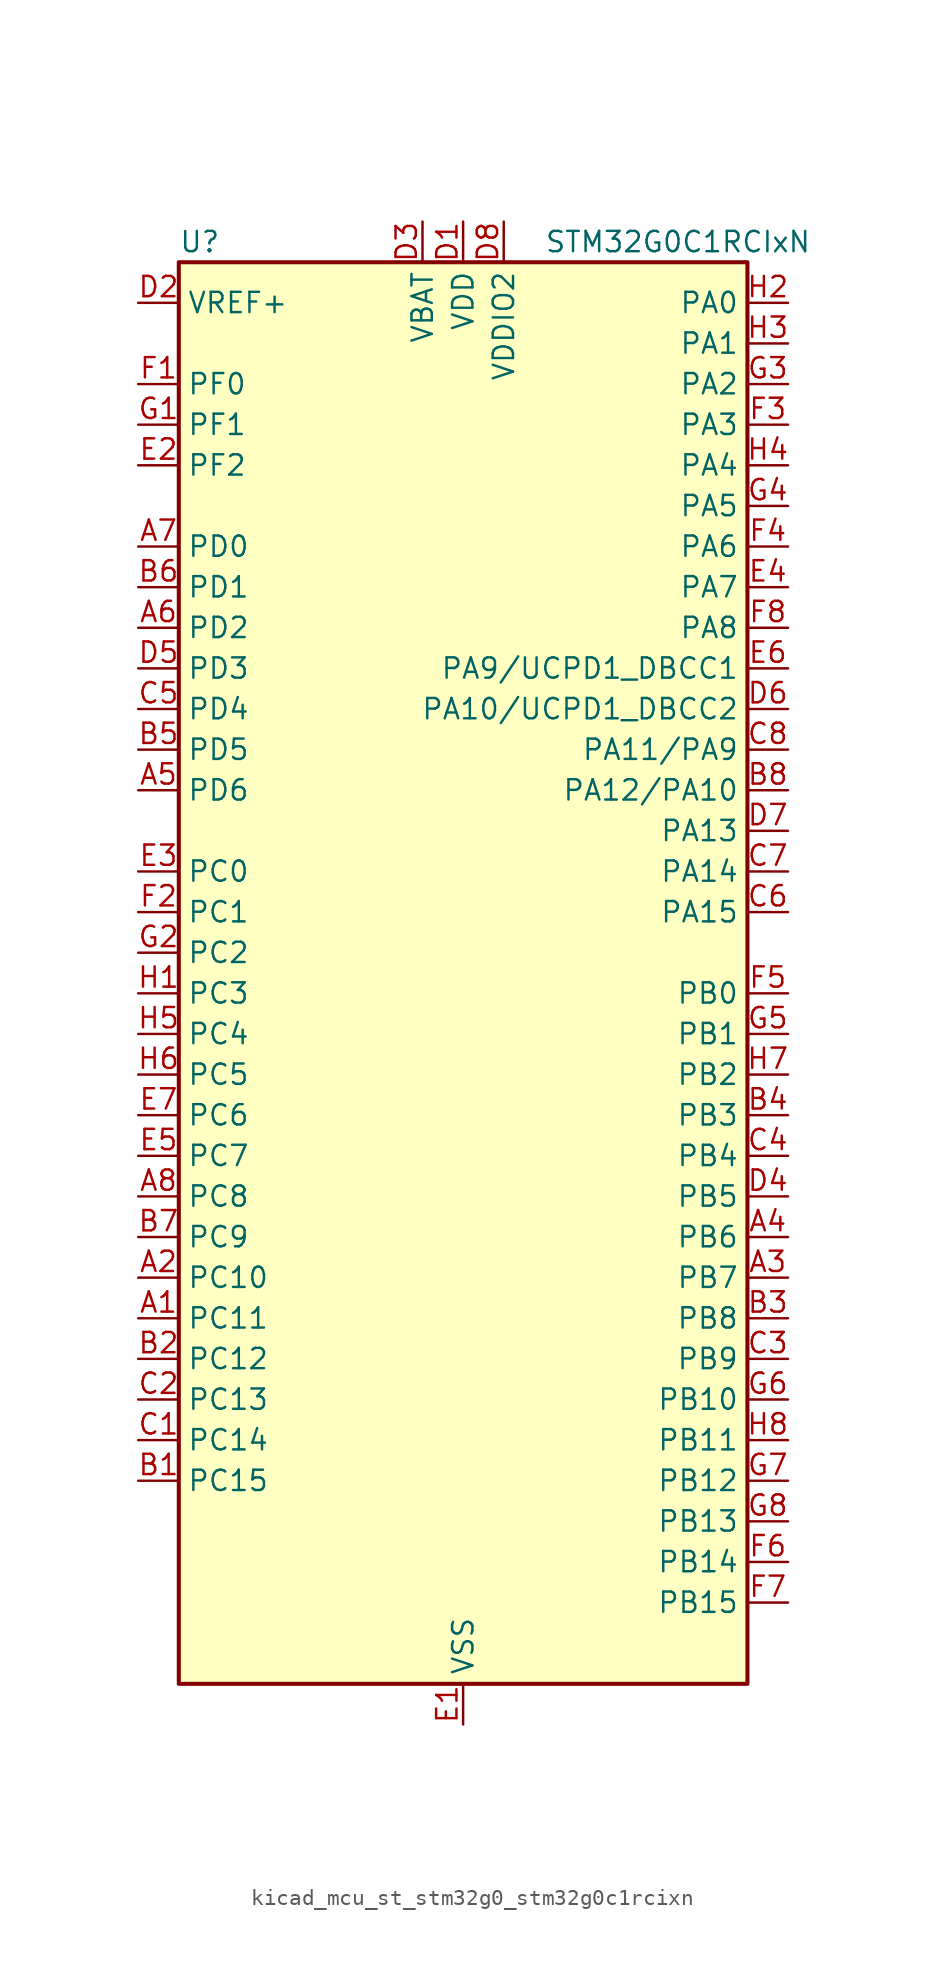
<source format=kicad_sym>
(kicad_symbol_lib
  (version 20220914)
  (generator kicad_symbol_editor)
  (symbol "kicad_mcu_st_stm32g0_stm32g0c1rcixn"
    (property "Reference" "U"
      (at -17.78 46.99 0)
      (effects (font (size 1.27 1.27)) (justify left)))
    (property "Value" "STM32G0C1RCIxN"
      (at 5.08 46.99 0)
      (effects (font (size 1.27 1.27)) (justify left)))
    (property "ki_locked" ""
      (at 0 0 0)
      (effects (font (size 1.27 1.27))))
    (symbol "kicad_mcu_st_stm32g0_stm32g0c1rcixn_0_1"
      (rectangle (start -17.78 -43.18) (end 17.78 45.72) (stroke (width 0.254) (type default)) (fill (type background))))
    (symbol "kicad_mcu_st_stm32g0_stm32g0c1rcixn_1_1"
      (pin bidirectional line (at -20.32 -20.32 0) (length 2.54) (name "PC11" (effects (font (size 1.27 1.27)))) (number "A1" (effects (font (size 1.27 1.27)))) (alternate "ADC1_EXTI11" bidirectional line) (alternate "SPI3_MISO" bidirectional line) (alternate "TIM1_CH4" bidirectional line) (alternate "USART3_RX" bidirectional line) (alternate "USART4_RX" bidirectional line))
      (pin bidirectional line (at -20.32 -17.78 0) (length 2.54) (name "PC10" (effects (font (size 1.27 1.27)))) (number "A2" (effects (font (size 1.27 1.27)))) (alternate "SPI3_SCK" bidirectional line) (alternate "TIM1_CH3" bidirectional line) (alternate "USART3_TX" bidirectional line) (alternate "USART4_TX" bidirectional line))
      (pin bidirectional line (at 20.32 -17.78 180) (length 2.54) (name "PB7" (effects (font (size 1.27 1.27)))) (number "A3" (effects (font (size 1.27 1.27)))) (alternate "COMP2_INM" bidirectional line) (alternate "I2C1_SDA" bidirectional line) (alternate "I2S2_SD" bidirectional line) (alternate "LPTIM1_IN2" bidirectional line) (alternate "LPUART2_RX" bidirectional line) (alternate "SPI2_MOSI" bidirectional line) (alternate "SYS_PVD_IN" bidirectional line) (alternate "TIM17_CH1N" bidirectional line) (alternate "TIM4_CH2" bidirectional line) (alternate "USART1_RX" bidirectional line) (alternate "USART4_CTS" bidirectional line) (alternate "USART4_NSS" bidirectional line))
      (pin bidirectional line (at 20.32 -15.24 180) (length 2.54) (name "PB6" (effects (font (size 1.27 1.27)))) (number "A4" (effects (font (size 1.27 1.27)))) (alternate "COMP2_INP" bidirectional line) (alternate "FDCAN2_TX" bidirectional line) (alternate "I2C1_SCL" bidirectional line) (alternate "I2S2_MCK" bidirectional line) (alternate "LPTIM1_ETR" bidirectional line) (alternate "LPUART2_TX" bidirectional line) (alternate "SPI2_MISO" bidirectional line) (alternate "TIM16_CH1N" bidirectional line) (alternate "TIM1_CH3" bidirectional line) (alternate "TIM4_CH1" bidirectional line) (alternate "USART1_TX" bidirectional line) (alternate "USART5_CTS" bidirectional line) (alternate "USART5_NSS" bidirectional line))
      (pin bidirectional line (at -20.32 12.7 0) (length 2.54) (name "PD6" (effects (font (size 1.27 1.27)))) (number "A5" (effects (font (size 1.27 1.27)))) (alternate "I2S1_SD" bidirectional line) (alternate "LPTIM2_OUT" bidirectional line) (alternate "SPI1_MOSI" bidirectional line) (alternate "USART2_RX" bidirectional line))
      (pin bidirectional line (at -20.32 22.86 0) (length 2.54) (name "PD2" (effects (font (size 1.27 1.27)))) (number "A6" (effects (font (size 1.27 1.27)))) (alternate "TIM1_CH1N" bidirectional line) (alternate "TIM3_ETR" bidirectional line) (alternate "UCPD2_CC2" bidirectional line) (alternate "USART3_CK" bidirectional line) (alternate "USART3_DE" bidirectional line) (alternate "USART3_RTS" bidirectional line) (alternate "USART5_RX" bidirectional line))
      (pin bidirectional line (at -20.32 27.94 0) (length 2.54) (name "PD0" (effects (font (size 1.27 1.27)))) (number "A7" (effects (font (size 1.27 1.27)))) (alternate "FDCAN1_RX" bidirectional line) (alternate "I2S2_WS" bidirectional line) (alternate "SPI2_NSS" bidirectional line) (alternate "TIM16_CH1" bidirectional line) (alternate "UCPD2_CC1" bidirectional line))
      (pin bidirectional line (at -20.32 -12.7 0) (length 2.54) (name "PC8" (effects (font (size 1.27 1.27)))) (number "A8" (effects (font (size 1.27 1.27)))) (alternate "LPUART2_CTS" bidirectional line) (alternate "TIM1_CH1" bidirectional line) (alternate "TIM3_CH3" bidirectional line) (alternate "UCPD2_FRSTX1" bidirectional line) (alternate "UCPD2_FRSTX2" bidirectional line))
      (pin bidirectional line (at -20.32 -30.48 0) (length 2.54) (name "PC15" (effects (font (size 1.27 1.27)))) (number "B1" (effects (font (size 1.27 1.27)))) (alternate "RCC_OSC32_EN" bidirectional line) (alternate "RCC_OSC32_OUT" bidirectional line) (alternate "RCC_OSC_EN" bidirectional line) (alternate "TIM15_BK" bidirectional line))
      (pin bidirectional line (at -20.32 -22.86 0) (length 2.54) (name "PC12" (effects (font (size 1.27 1.27)))) (number "B2" (effects (font (size 1.27 1.27)))) (alternate "LPTIM1_IN1" bidirectional line) (alternate "SPI3_MOSI" bidirectional line) (alternate "TIM14_CH1" bidirectional line) (alternate "UCPD1_FRSTX1" bidirectional line) (alternate "UCPD1_FRSTX2" bidirectional line) (alternate "USART5_TX" bidirectional line))
      (pin bidirectional line (at 20.32 -20.32 180) (length 2.54) (name "PB8" (effects (font (size 1.27 1.27)))) (number "B3" (effects (font (size 1.27 1.27)))) (alternate "CEC" bidirectional line) (alternate "FDCAN1_RX" bidirectional line) (alternate "I2C1_SCL" bidirectional line) (alternate "I2S2_CK" bidirectional line) (alternate "SPI2_SCK" bidirectional line) (alternate "TIM15_BK" bidirectional line) (alternate "TIM16_CH1" bidirectional line) (alternate "TIM4_CH3" bidirectional line) (alternate "USART3_TX" bidirectional line) (alternate "USART6_TX" bidirectional line))
      (pin bidirectional line (at 20.32 -7.62 180) (length 2.54) (name "PB3" (effects (font (size 1.27 1.27)))) (number "B4" (effects (font (size 1.27 1.27)))) (alternate "COMP2_INM" bidirectional line) (alternate "I2C2_SCL" bidirectional line) (alternate "I2C3_SCL" bidirectional line) (alternate "I2S1_CK" bidirectional line) (alternate "SPI1_SCK" bidirectional line) (alternate "SPI3_SCK" bidirectional line) (alternate "TIM1_CH2" bidirectional line) (alternate "TIM2_CH2" bidirectional line) (alternate "USART1_CK" bidirectional line) (alternate "USART1_DE" bidirectional line) (alternate "USART1_RTS" bidirectional line) (alternate "USART5_TX" bidirectional line))
      (pin bidirectional line (at -20.32 15.24 0) (length 2.54) (name "PD5" (effects (font (size 1.27 1.27)))) (number "B5" (effects (font (size 1.27 1.27)))) (alternate "I2S1_MCK" bidirectional line) (alternate "SPI1_MISO" bidirectional line) (alternate "TIM1_BK" bidirectional line) (alternate "USART2_TX" bidirectional line) (alternate "USART5_CTS" bidirectional line) (alternate "USART5_NSS" bidirectional line))
      (pin bidirectional line (at -20.32 25.4 0) (length 2.54) (name "PD1" (effects (font (size 1.27 1.27)))) (number "B6" (effects (font (size 1.27 1.27)))) (alternate "FDCAN1_TX" bidirectional line) (alternate "I2S2_CK" bidirectional line) (alternate "SPI2_SCK" bidirectional line) (alternate "TIM17_CH1" bidirectional line) (alternate "UCPD2_DBCC1" bidirectional line))
      (pin bidirectional line (at -20.32 -15.24 0) (length 2.54) (name "PC9" (effects (font (size 1.27 1.27)))) (number "B7" (effects (font (size 1.27 1.27)))) (alternate "DAC1_EXTI9" bidirectional line) (alternate "I2S_CKIN" bidirectional line) (alternate "LPUART2_DE" bidirectional line) (alternate "LPUART2_RTS" bidirectional line) (alternate "TIM1_CH2" bidirectional line) (alternate "TIM3_CH4" bidirectional line) (alternate "USB_NOE" bidirectional line))
      (pin bidirectional line (at 20.32 12.7 180) (length 2.54) (name "PA12/PA10" (effects (font (size 1.27 1.27)))) (number "B8" (effects (font (size 1.27 1.27)))) (alternate "COMP2_OUT" bidirectional line) (alternate "FDCAN1_TX" bidirectional line) (alternate "I2C2_SDA" bidirectional line) (alternate "I2S1_SD" bidirectional line) (alternate "I2S_CKIN" bidirectional line) (alternate "SPI1_MOSI" bidirectional line) (alternate "TIM1_ETR" bidirectional line) (alternate "USART1_CK" bidirectional line) (alternate "USART1_DE" bidirectional line) (alternate "USART1_RTS" bidirectional line) (alternate "USB_DP" bidirectional line))
      (pin bidirectional line (at -20.32 -27.94 0) (length 2.54) (name "PC14" (effects (font (size 1.27 1.27)))) (number "C1" (effects (font (size 1.27 1.27)))) (alternate "RCC_OSC32_IN" bidirectional line) (alternate "TIM1_BK2" bidirectional line))
      (pin bidirectional line (at -20.32 -25.4 0) (length 2.54) (name "PC13" (effects (font (size 1.27 1.27)))) (number "C2" (effects (font (size 1.27 1.27)))) (alternate "RTC_OUT1" bidirectional line) (alternate "RTC_TAMP_IN1" bidirectional line) (alternate "RTC_TS" bidirectional line) (alternate "SYS_WKUP2" bidirectional line) (alternate "TIM1_BK" bidirectional line))
      (pin bidirectional line (at 20.32 -22.86 180) (length 2.54) (name "PB9" (effects (font (size 1.27 1.27)))) (number "C3" (effects (font (size 1.27 1.27)))) (alternate "DAC1_EXTI9" bidirectional line) (alternate "FDCAN1_TX" bidirectional line) (alternate "I2C1_SDA" bidirectional line) (alternate "I2S2_WS" bidirectional line) (alternate "IR_OUT" bidirectional line) (alternate "SPI2_NSS" bidirectional line) (alternate "TIM17_CH1" bidirectional line) (alternate "TIM4_CH4" bidirectional line) (alternate "UCPD2_FRSTX1" bidirectional line) (alternate "UCPD2_FRSTX2" bidirectional line) (alternate "USART3_RX" bidirectional line) (alternate "USART6_RX" bidirectional line))
      (pin bidirectional line (at 20.32 -10.16 180) (length 2.54) (name "PB4" (effects (font (size 1.27 1.27)))) (number "C4" (effects (font (size 1.27 1.27)))) (alternate "COMP2_INP" bidirectional line) (alternate "I2C2_SDA" bidirectional line) (alternate "I2C3_SDA" bidirectional line) (alternate "I2S1_MCK" bidirectional line) (alternate "SPI1_MISO" bidirectional line) (alternate "SPI3_MISO" bidirectional line) (alternate "TIM17_BK" bidirectional line) (alternate "TIM3_CH1" bidirectional line) (alternate "USART1_CTS" bidirectional line) (alternate "USART1_NSS" bidirectional line) (alternate "USART5_RX" bidirectional line))
      (pin bidirectional line (at -20.32 17.78 0) (length 2.54) (name "PD4" (effects (font (size 1.27 1.27)))) (number "C5" (effects (font (size 1.27 1.27)))) (alternate "I2S2_SD" bidirectional line) (alternate "SPI2_MOSI" bidirectional line) (alternate "TIM1_CH3N" bidirectional line) (alternate "USART2_CK" bidirectional line) (alternate "USART2_DE" bidirectional line) (alternate "USART2_RTS" bidirectional line) (alternate "USART5_CK" bidirectional line) (alternate "USART5_DE" bidirectional line) (alternate "USART5_RTS" bidirectional line))
      (pin bidirectional line (at 20.32 5.08 180) (length 2.54) (name "PA15" (effects (font (size 1.27 1.27)))) (number "C6" (effects (font (size 1.27 1.27)))) (alternate "I2C2_SMBA" bidirectional line) (alternate "I2S1_WS" bidirectional line) (alternate "RCC_MCO_2" bidirectional line) (alternate "SPI1_NSS" bidirectional line) (alternate "SPI3_NSS" bidirectional line) (alternate "TIM2_CH1" bidirectional line) (alternate "TIM2_ETR" bidirectional line) (alternate "USART2_RX" bidirectional line) (alternate "USART3_CK" bidirectional line) (alternate "USART3_DE" bidirectional line) (alternate "USART3_RTS" bidirectional line) (alternate "USART4_CK" bidirectional line) (alternate "USART4_DE" bidirectional line) (alternate "USART4_RTS" bidirectional line) (alternate "USB_NOE" bidirectional line))
      (pin bidirectional line (at 20.32 7.62 180) (length 2.54) (name "PA14" (effects (font (size 1.27 1.27)))) (number "C7" (effects (font (size 1.27 1.27)))) (alternate "LPUART2_TX" bidirectional line) (alternate "SYS_SWCLK" bidirectional line) (alternate "USART2_TX" bidirectional line))
      (pin bidirectional line (at 20.32 15.24 180) (length 2.54) (name "PA11/PA9" (effects (font (size 1.27 1.27)))) (number "C8" (effects (font (size 1.27 1.27)))) (alternate "ADC1_EXTI11" bidirectional line) (alternate "COMP1_OUT" bidirectional line) (alternate "FDCAN1_RX" bidirectional line) (alternate "I2C2_SCL" bidirectional line) (alternate "I2S1_MCK" bidirectional line) (alternate "SPI1_MISO" bidirectional line) (alternate "TIM1_BK2" bidirectional line) (alternate "TIM1_CH4" bidirectional line) (alternate "USART1_CTS" bidirectional line) (alternate "USART1_NSS" bidirectional line) (alternate "USB_DM" bidirectional line))
      (pin power_in line (at 0 48.26 270) (length 2.54) (name "VDD" (effects (font (size 1.27 1.27)))) (number "D1" (effects (font (size 1.27 1.27)))))
      (pin input line (at -20.32 43.18 0) (length 2.54) (name "VREF+" (effects (font (size 1.27 1.27)))) (number "D2" (effects (font (size 1.27 1.27)))) (alternate "VREFBUF_OUT" bidirectional line))
      (pin power_in line (at -2.54 48.26 270) (length 2.54) (name "VBAT" (effects (font (size 1.27 1.27)))) (number "D3" (effects (font (size 1.27 1.27)))))
      (pin bidirectional line (at 20.32 -12.7 180) (length 2.54) (name "PB5" (effects (font (size 1.27 1.27)))) (number "D4" (effects (font (size 1.27 1.27)))) (alternate "COMP2_OUT" bidirectional line) (alternate "FDCAN2_RX" bidirectional line) (alternate "I2C1_SMBA" bidirectional line) (alternate "I2S1_SD" bidirectional line) (alternate "LPTIM1_IN1" bidirectional line) (alternate "SPI1_MOSI" bidirectional line) (alternate "SPI3_MOSI" bidirectional line) (alternate "SYS_WKUP6" bidirectional line) (alternate "TIM16_BK" bidirectional line) (alternate "TIM3_CH2" bidirectional line) (alternate "USART5_CK" bidirectional line) (alternate "USART5_DE" bidirectional line) (alternate "USART5_RTS" bidirectional line))
      (pin bidirectional line (at -20.32 20.32 0) (length 2.54) (name "PD3" (effects (font (size 1.27 1.27)))) (number "D5" (effects (font (size 1.27 1.27)))) (alternate "I2S2_MCK" bidirectional line) (alternate "SPI2_MISO" bidirectional line) (alternate "TIM1_CH2N" bidirectional line) (alternate "UCPD2_DBCC2" bidirectional line) (alternate "USART2_CTS" bidirectional line) (alternate "USART2_NSS" bidirectional line) (alternate "USART5_TX" bidirectional line))
      (pin bidirectional line (at 20.32 17.78 180) (length 2.54) (name "PA10/UCPD1_DBCC2" (effects (font (size 1.27 1.27)))) (number "D6" (effects (font (size 1.27 1.27)))) (alternate "I2C1_SDA" bidirectional line) (alternate "I2C2_SDA" bidirectional line) (alternate "I2S2_SD" bidirectional line) (alternate "RCC_MCO_2" bidirectional line) (alternate "SPI2_MOSI" bidirectional line) (alternate "TIM17_BK" bidirectional line) (alternate "TIM1_CH3" bidirectional line) (alternate "UCPD1_DBCC2" bidirectional line) (alternate "USART1_RX" bidirectional line))
      (pin bidirectional line (at 20.32 10.16 180) (length 2.54) (name "PA13" (effects (font (size 1.27 1.27)))) (number "D7" (effects (font (size 1.27 1.27)))) (alternate "IR_OUT" bidirectional line) (alternate "LPUART2_RX" bidirectional line) (alternate "SYS_SWDIO" bidirectional line) (alternate "USB_NOE" bidirectional line))
      (pin power_in line (at 2.54 48.26 270) (length 2.54) (name "VDDIO2" (effects (font (size 1.27 1.27)))) (number "D8" (effects (font (size 1.27 1.27)))))
      (pin power_in line (at 0 -45.72 90) (length 2.54) (name "VSS" (effects (font (size 1.27 1.27)))) (number "E1" (effects (font (size 1.27 1.27)))))
      (pin bidirectional line (at -20.32 33.02 0) (length 2.54) (name "PF2" (effects (font (size 1.27 1.27)))) (number "E2" (effects (font (size 1.27 1.27)))) (alternate "LPUART2_DE" bidirectional line) (alternate "LPUART2_RTS" bidirectional line) (alternate "LPUART2_TX" bidirectional line) (alternate "RCC_MCO" bidirectional line))
      (pin bidirectional line (at -20.32 7.62 0) (length 2.54) (name "PC0" (effects (font (size 1.27 1.27)))) (number "E3" (effects (font (size 1.27 1.27)))) (alternate "COMP3_INM" bidirectional line) (alternate "COMP3_OUT" bidirectional line) (alternate "I2C3_SCL" bidirectional line) (alternate "LPTIM1_IN1" bidirectional line) (alternate "LPTIM2_IN1" bidirectional line) (alternate "LPUART1_RX" bidirectional line) (alternate "LPUART2_TX" bidirectional line) (alternate "USART6_TX" bidirectional line))
      (pin bidirectional line (at 20.32 25.4 180) (length 2.54) (name "PA7" (effects (font (size 1.27 1.27)))) (number "E4" (effects (font (size 1.27 1.27)))) (alternate "ADC1_IN7" bidirectional line) (alternate "COMP2_OUT" bidirectional line) (alternate "I2C2_SCL" bidirectional line) (alternate "I2C3_SCL" bidirectional line) (alternate "I2S1_SD" bidirectional line) (alternate "SPI1_MOSI" bidirectional line) (alternate "TIM14_CH1" bidirectional line) (alternate "TIM17_CH1" bidirectional line) (alternate "TIM1_CH1N" bidirectional line) (alternate "TIM3_CH2" bidirectional line) (alternate "UCPD1_FRSTX1" bidirectional line) (alternate "UCPD1_FRSTX2" bidirectional line) (alternate "USART6_CK" bidirectional line) (alternate "USART6_DE" bidirectional line) (alternate "USART6_RTS" bidirectional line))
      (pin bidirectional line (at -20.32 -10.16 0) (length 2.54) (name "PC7" (effects (font (size 1.27 1.27)))) (number "E5" (effects (font (size 1.27 1.27)))) (alternate "LPUART2_RX" bidirectional line) (alternate "TIM2_CH4" bidirectional line) (alternate "TIM3_CH2" bidirectional line) (alternate "UCPD2_FRSTX1" bidirectional line) (alternate "UCPD2_FRSTX2" bidirectional line))
      (pin bidirectional line (at 20.32 20.32 180) (length 2.54) (name "PA9/UCPD1_DBCC1" (effects (font (size 1.27 1.27)))) (number "E6" (effects (font (size 1.27 1.27)))) (alternate "DAC1_EXTI9" bidirectional line) (alternate "I2C1_SCL" bidirectional line) (alternate "I2C2_SCL" bidirectional line) (alternate "I2S2_MCK" bidirectional line) (alternate "RCC_MCO" bidirectional line) (alternate "SPI2_MISO" bidirectional line) (alternate "TIM15_BK" bidirectional line) (alternate "TIM1_CH2" bidirectional line) (alternate "UCPD1_DBCC1" bidirectional line) (alternate "USART1_TX" bidirectional line))
      (pin bidirectional line (at -20.32 -7.62 0) (length 2.54) (name "PC6" (effects (font (size 1.27 1.27)))) (number "E7" (effects (font (size 1.27 1.27)))) (alternate "LPUART2_TX" bidirectional line) (alternate "TIM2_CH3" bidirectional line) (alternate "TIM3_CH1" bidirectional line) (alternate "UCPD1_FRSTX1" bidirectional line) (alternate "UCPD1_FRSTX2" bidirectional line))
      (pin passive line (at 0 -45.72 90) (length 2.54) hide (name "VSS" (effects (font (size 1.27 1.27)))) (number "E8" (effects (font (size 1.27 1.27)))))
      (pin bidirectional line (at -20.32 38.1 0) (length 2.54) (name "PF0" (effects (font (size 1.27 1.27)))) (number "F1" (effects (font (size 1.27 1.27)))) (alternate "CRS1_SYNC" bidirectional line) (alternate "RCC_OSC_IN" bidirectional line) (alternate "TIM14_CH1" bidirectional line))
      (pin bidirectional line (at -20.32 5.08 0) (length 2.54) (name "PC1" (effects (font (size 1.27 1.27)))) (number "F2" (effects (font (size 1.27 1.27)))) (alternate "COMP3_INP" bidirectional line) (alternate "I2C3_SDA" bidirectional line) (alternate "LPTIM1_OUT" bidirectional line) (alternate "LPUART1_TX" bidirectional line) (alternate "LPUART2_RX" bidirectional line) (alternate "TIM15_CH1" bidirectional line) (alternate "USART6_RX" bidirectional line))
      (pin bidirectional line (at 20.32 35.56 180) (length 2.54) (name "PA3" (effects (font (size 1.27 1.27)))) (number "F3" (effects (font (size 1.27 1.27)))) (alternate "ADC1_IN3" bidirectional line) (alternate "COMP2_INP" bidirectional line) (alternate "I2S2_MCK" bidirectional line) (alternate "LPUART1_RX" bidirectional line) (alternate "SPI2_MISO" bidirectional line) (alternate "TIM15_CH2" bidirectional line) (alternate "TIM2_CH4" bidirectional line) (alternate "UCPD2_FRSTX1" bidirectional line) (alternate "UCPD2_FRSTX2" bidirectional line) (alternate "USART2_RX" bidirectional line))
      (pin bidirectional line (at 20.32 27.94 180) (length 2.54) (name "PA6" (effects (font (size 1.27 1.27)))) (number "F4" (effects (font (size 1.27 1.27)))) (alternate "ADC1_IN6" bidirectional line) (alternate "COMP1_OUT" bidirectional line) (alternate "I2C2_SDA" bidirectional line) (alternate "I2C3_SDA" bidirectional line) (alternate "I2S1_MCK" bidirectional line) (alternate "LPUART1_CTS" bidirectional line) (alternate "SPI1_MISO" bidirectional line) (alternate "TIM16_CH1" bidirectional line) (alternate "TIM1_BK" bidirectional line) (alternate "TIM3_CH1" bidirectional line) (alternate "USART3_CTS" bidirectional line) (alternate "USART3_NSS" bidirectional line) (alternate "USART6_CTS" bidirectional line) (alternate "USART6_NSS" bidirectional line))
      (pin bidirectional line (at 20.32 0 180) (length 2.54) (name "PB0" (effects (font (size 1.27 1.27)))) (number "F5" (effects (font (size 1.27 1.27)))) (alternate "ADC1_IN8" bidirectional line) (alternate "COMP1_OUT" bidirectional line) (alternate "COMP3_INP" bidirectional line) (alternate "FDCAN2_RX" bidirectional line) (alternate "I2S1_WS" bidirectional line) (alternate "LPTIM1_OUT" bidirectional line) (alternate "LPUART2_CTS" bidirectional line) (alternate "SPI1_NSS" bidirectional line) (alternate "TIM1_CH2N" bidirectional line) (alternate "TIM3_CH3" bidirectional line) (alternate "UCPD1_FRSTX1" bidirectional line) (alternate "UCPD1_FRSTX2" bidirectional line) (alternate "USART3_RX" bidirectional line) (alternate "USART5_TX" bidirectional line))
      (pin bidirectional line (at 20.32 -35.56 180) (length 2.54) (name "PB14" (effects (font (size 1.27 1.27)))) (number "F6" (effects (font (size 1.27 1.27)))) (alternate "I2C2_SDA" bidirectional line) (alternate "I2S2_MCK" bidirectional line) (alternate "SPI2_MISO" bidirectional line) (alternate "TIM15_CH1" bidirectional line) (alternate "TIM1_CH2N" bidirectional line) (alternate "UCPD1_FRSTX1" bidirectional line) (alternate "UCPD1_FRSTX2" bidirectional line) (alternate "USART3_CK" bidirectional line) (alternate "USART3_DE" bidirectional line) (alternate "USART3_RTS" bidirectional line) (alternate "USART6_CK" bidirectional line) (alternate "USART6_DE" bidirectional line) (alternate "USART6_RTS" bidirectional line))
      (pin bidirectional line (at 20.32 -38.1 180) (length 2.54) (name "PB15" (effects (font (size 1.27 1.27)))) (number "F7" (effects (font (size 1.27 1.27)))) (alternate "I2S2_SD" bidirectional line) (alternate "RTC_REFIN" bidirectional line) (alternate "SPI2_MOSI" bidirectional line) (alternate "TIM15_CH1N" bidirectional line) (alternate "TIM15_CH2" bidirectional line) (alternate "TIM1_CH3N" bidirectional line) (alternate "UCPD1_CC2" bidirectional line) (alternate "USART6_CTS" bidirectional line) (alternate "USART6_NSS" bidirectional line))
      (pin bidirectional line (at 20.32 22.86 180) (length 2.54) (name "PA8" (effects (font (size 1.27 1.27)))) (number "F8" (effects (font (size 1.27 1.27)))) (alternate "CRS1_SYNC" bidirectional line) (alternate "I2C2_SMBA" bidirectional line) (alternate "I2S2_WS" bidirectional line) (alternate "LPTIM2_OUT" bidirectional line) (alternate "RCC_MCO" bidirectional line) (alternate "SPI2_NSS" bidirectional line) (alternate "TIM1_CH1" bidirectional line) (alternate "UCPD1_CC1" bidirectional line))
      (pin bidirectional line (at -20.32 35.56 0) (length 2.54) (name "PF1" (effects (font (size 1.27 1.27)))) (number "G1" (effects (font (size 1.27 1.27)))) (alternate "RCC_OSC_EN" bidirectional line) (alternate "RCC_OSC_OUT" bidirectional line) (alternate "TIM15_CH1N" bidirectional line))
      (pin bidirectional line (at -20.32 2.54 0) (length 2.54) (name "PC2" (effects (font (size 1.27 1.27)))) (number "G2" (effects (font (size 1.27 1.27)))) (alternate "COMP3_OUT" bidirectional line) (alternate "FDCAN2_RX" bidirectional line) (alternate "I2S2_MCK" bidirectional line) (alternate "LPTIM1_IN2" bidirectional line) (alternate "SPI2_MISO" bidirectional line) (alternate "TIM15_CH2" bidirectional line))
      (pin bidirectional line (at 20.32 38.1 180) (length 2.54) (name "PA2" (effects (font (size 1.27 1.27)))) (number "G3" (effects (font (size 1.27 1.27)))) (alternate "ADC1_IN2" bidirectional line) (alternate "COMP2_INM" bidirectional line) (alternate "COMP2_OUT" bidirectional line) (alternate "I2S1_SD" bidirectional line) (alternate "LPUART1_TX" bidirectional line) (alternate "RCC_LSCO" bidirectional line) (alternate "SPI1_MOSI" bidirectional line) (alternate "SYS_WKUP4" bidirectional line) (alternate "TIM15_CH1" bidirectional line) (alternate "TIM2_CH3" bidirectional line) (alternate "UCPD1_FRSTX1" bidirectional line) (alternate "UCPD1_FRSTX2" bidirectional line) (alternate "USART2_TX" bidirectional line))
      (pin bidirectional line (at 20.32 30.48 180) (length 2.54) (name "PA5" (effects (font (size 1.27 1.27)))) (number "G4" (effects (font (size 1.27 1.27)))) (alternate "ADC1_IN5" bidirectional line) (alternate "CEC" bidirectional line) (alternate "DAC1_OUT2" bidirectional line) (alternate "I2S1_CK" bidirectional line) (alternate "LPTIM2_ETR" bidirectional line) (alternate "SPI1_SCK" bidirectional line) (alternate "TIM2_CH1" bidirectional line) (alternate "TIM2_ETR" bidirectional line) (alternate "UCPD1_FRSTX1" bidirectional line) (alternate "UCPD1_FRSTX2" bidirectional line) (alternate "USART3_TX" bidirectional line) (alternate "USART6_RX" bidirectional line))
      (pin bidirectional line (at 20.32 -2.54 180) (length 2.54) (name "PB1" (effects (font (size 1.27 1.27)))) (number "G5" (effects (font (size 1.27 1.27)))) (alternate "ADC1_IN9" bidirectional line) (alternate "COMP1_INM" bidirectional line) (alternate "COMP3_OUT" bidirectional line) (alternate "FDCAN2_TX" bidirectional line) (alternate "LPTIM2_IN1" bidirectional line) (alternate "LPUART1_DE" bidirectional line) (alternate "LPUART1_RTS" bidirectional line) (alternate "LPUART2_DE" bidirectional line) (alternate "LPUART2_RTS" bidirectional line) (alternate "TIM14_CH1" bidirectional line) (alternate "TIM1_CH3N" bidirectional line) (alternate "TIM3_CH4" bidirectional line) (alternate "USART3_CK" bidirectional line) (alternate "USART3_DE" bidirectional line) (alternate "USART3_RTS" bidirectional line) (alternate "USART5_RX" bidirectional line))
      (pin bidirectional line (at 20.32 -25.4 180) (length 2.54) (name "PB10" (effects (font (size 1.27 1.27)))) (number "G6" (effects (font (size 1.27 1.27)))) (alternate "ADC1_IN11" bidirectional line) (alternate "CEC" bidirectional line) (alternate "COMP1_OUT" bidirectional line) (alternate "I2C2_SCL" bidirectional line) (alternate "I2S2_CK" bidirectional line) (alternate "LPUART1_RX" bidirectional line) (alternate "SPI2_SCK" bidirectional line) (alternate "TIM2_CH3" bidirectional line) (alternate "USART3_TX" bidirectional line))
      (pin bidirectional line (at 20.32 -30.48 180) (length 2.54) (name "PB12" (effects (font (size 1.27 1.27)))) (number "G7" (effects (font (size 1.27 1.27)))) (alternate "ADC1_IN16" bidirectional line) (alternate "FDCAN2_RX" bidirectional line) (alternate "I2C2_SMBA" bidirectional line) (alternate "I2S2_WS" bidirectional line) (alternate "LPUART1_DE" bidirectional line) (alternate "LPUART1_RTS" bidirectional line) (alternate "SPI2_NSS" bidirectional line) (alternate "TIM15_BK" bidirectional line) (alternate "TIM1_BK" bidirectional line) (alternate "UCPD2_FRSTX1" bidirectional line) (alternate "UCPD2_FRSTX2" bidirectional line))
      (pin bidirectional line (at 20.32 -33.02 180) (length 2.54) (name "PB13" (effects (font (size 1.27 1.27)))) (number "G8" (effects (font (size 1.27 1.27)))) (alternate "FDCAN2_TX" bidirectional line) (alternate "I2C2_SCL" bidirectional line) (alternate "I2S2_CK" bidirectional line) (alternate "LPUART1_CTS" bidirectional line) (alternate "SPI2_SCK" bidirectional line) (alternate "TIM15_CH1N" bidirectional line) (alternate "TIM1_CH1N" bidirectional line) (alternate "USART3_CTS" bidirectional line) (alternate "USART3_NSS" bidirectional line))
      (pin bidirectional line (at -20.32 0 0) (length 2.54) (name "PC3" (effects (font (size 1.27 1.27)))) (number "H1" (effects (font (size 1.27 1.27)))) (alternate "FDCAN2_TX" bidirectional line) (alternate "I2S2_SD" bidirectional line) (alternate "LPTIM1_ETR" bidirectional line) (alternate "LPTIM2_ETR" bidirectional line) (alternate "SPI2_MOSI" bidirectional line))
      (pin bidirectional line (at 20.32 43.18 180) (length 2.54) (name "PA0" (effects (font (size 1.27 1.27)))) (number "H2" (effects (font (size 1.27 1.27)))) (alternate "ADC1_IN0" bidirectional line) (alternate "COMP1_INM" bidirectional line) (alternate "COMP1_OUT" bidirectional line) (alternate "I2S2_CK" bidirectional line) (alternate "LPTIM1_OUT" bidirectional line) (alternate "RTC_TAMP_IN2" bidirectional line) (alternate "SPI2_SCK" bidirectional line) (alternate "SYS_WKUP1" bidirectional line) (alternate "TIM2_CH1" bidirectional line) (alternate "TIM2_ETR" bidirectional line) (alternate "UCPD2_FRSTX1" bidirectional line) (alternate "UCPD2_FRSTX2" bidirectional line) (alternate "USART2_CTS" bidirectional line) (alternate "USART2_NSS" bidirectional line) (alternate "USART4_TX" bidirectional line))
      (pin bidirectional line (at 20.32 40.64 180) (length 2.54) (name "PA1" (effects (font (size 1.27 1.27)))) (number "H3" (effects (font (size 1.27 1.27)))) (alternate "ADC1_IN1" bidirectional line) (alternate "COMP1_INP" bidirectional line) (alternate "I2C1_SMBA" bidirectional line) (alternate "I2S1_CK" bidirectional line) (alternate "SPI1_SCK" bidirectional line) (alternate "TIM15_CH1N" bidirectional line) (alternate "TIM2_CH2" bidirectional line) (alternate "USART2_CK" bidirectional line) (alternate "USART2_DE" bidirectional line) (alternate "USART2_RTS" bidirectional line) (alternate "USART4_RX" bidirectional line))
      (pin bidirectional line (at 20.32 33.02 180) (length 2.54) (name "PA4" (effects (font (size 1.27 1.27)))) (number "H4" (effects (font (size 1.27 1.27)))) (alternate "ADC1_IN4" bidirectional line) (alternate "DAC1_OUT1" bidirectional line) (alternate "I2S1_WS" bidirectional line) (alternate "I2S2_SD" bidirectional line) (alternate "LPTIM2_OUT" bidirectional line) (alternate "RTC_OUT2" bidirectional line) (alternate "SPI1_NSS" bidirectional line) (alternate "SPI2_MOSI" bidirectional line) (alternate "SPI3_NSS" bidirectional line) (alternate "TIM14_CH1" bidirectional line) (alternate "UCPD2_FRSTX1" bidirectional line) (alternate "UCPD2_FRSTX2" bidirectional line) (alternate "USART6_TX" bidirectional line) (alternate "USB_NOE" bidirectional line))
      (pin bidirectional line (at -20.32 -2.54 0) (length 2.54) (name "PC4" (effects (font (size 1.27 1.27)))) (number "H5" (effects (font (size 1.27 1.27)))) (alternate "ADC1_IN17" bidirectional line) (alternate "COMP1_INM" bidirectional line) (alternate "FDCAN1_RX" bidirectional line) (alternate "TIM2_CH1" bidirectional line) (alternate "TIM2_ETR" bidirectional line) (alternate "USART1_TX" bidirectional line) (alternate "USART3_TX" bidirectional line))
      (pin bidirectional line (at -20.32 -5.08 0) (length 2.54) (name "PC5" (effects (font (size 1.27 1.27)))) (number "H6" (effects (font (size 1.27 1.27)))) (alternate "ADC1_IN18" bidirectional line) (alternate "COMP1_INP" bidirectional line) (alternate "FDCAN1_TX" bidirectional line) (alternate "SYS_WKUP5" bidirectional line) (alternate "TIM2_CH2" bidirectional line) (alternate "USART1_RX" bidirectional line) (alternate "USART3_RX" bidirectional line))
      (pin bidirectional line (at 20.32 -5.08 180) (length 2.54) (name "PB2" (effects (font (size 1.27 1.27)))) (number "H7" (effects (font (size 1.27 1.27)))) (alternate "ADC1_IN10" bidirectional line) (alternate "COMP1_INP" bidirectional line) (alternate "COMP3_INM" bidirectional line) (alternate "I2S2_MCK" bidirectional line) (alternate "LPTIM1_OUT" bidirectional line) (alternate "RCC_MCO_2" bidirectional line) (alternate "SPI2_MISO" bidirectional line) (alternate "USART3_TX" bidirectional line))
      (pin bidirectional line (at 20.32 -27.94 180) (length 2.54) (name "PB11" (effects (font (size 1.27 1.27)))) (number "H8" (effects (font (size 1.27 1.27)))) (alternate "ADC1_EXTI11" bidirectional line) (alternate "ADC1_IN15" bidirectional line) (alternate "COMP2_OUT" bidirectional line) (alternate "I2C2_SDA" bidirectional line) (alternate "I2S2_SD" bidirectional line) (alternate "LPUART1_TX" bidirectional line) (alternate "SPI2_MOSI" bidirectional line) (alternate "TIM2_CH4" bidirectional line) (alternate "USART3_RX" bidirectional line)))))
</source>
